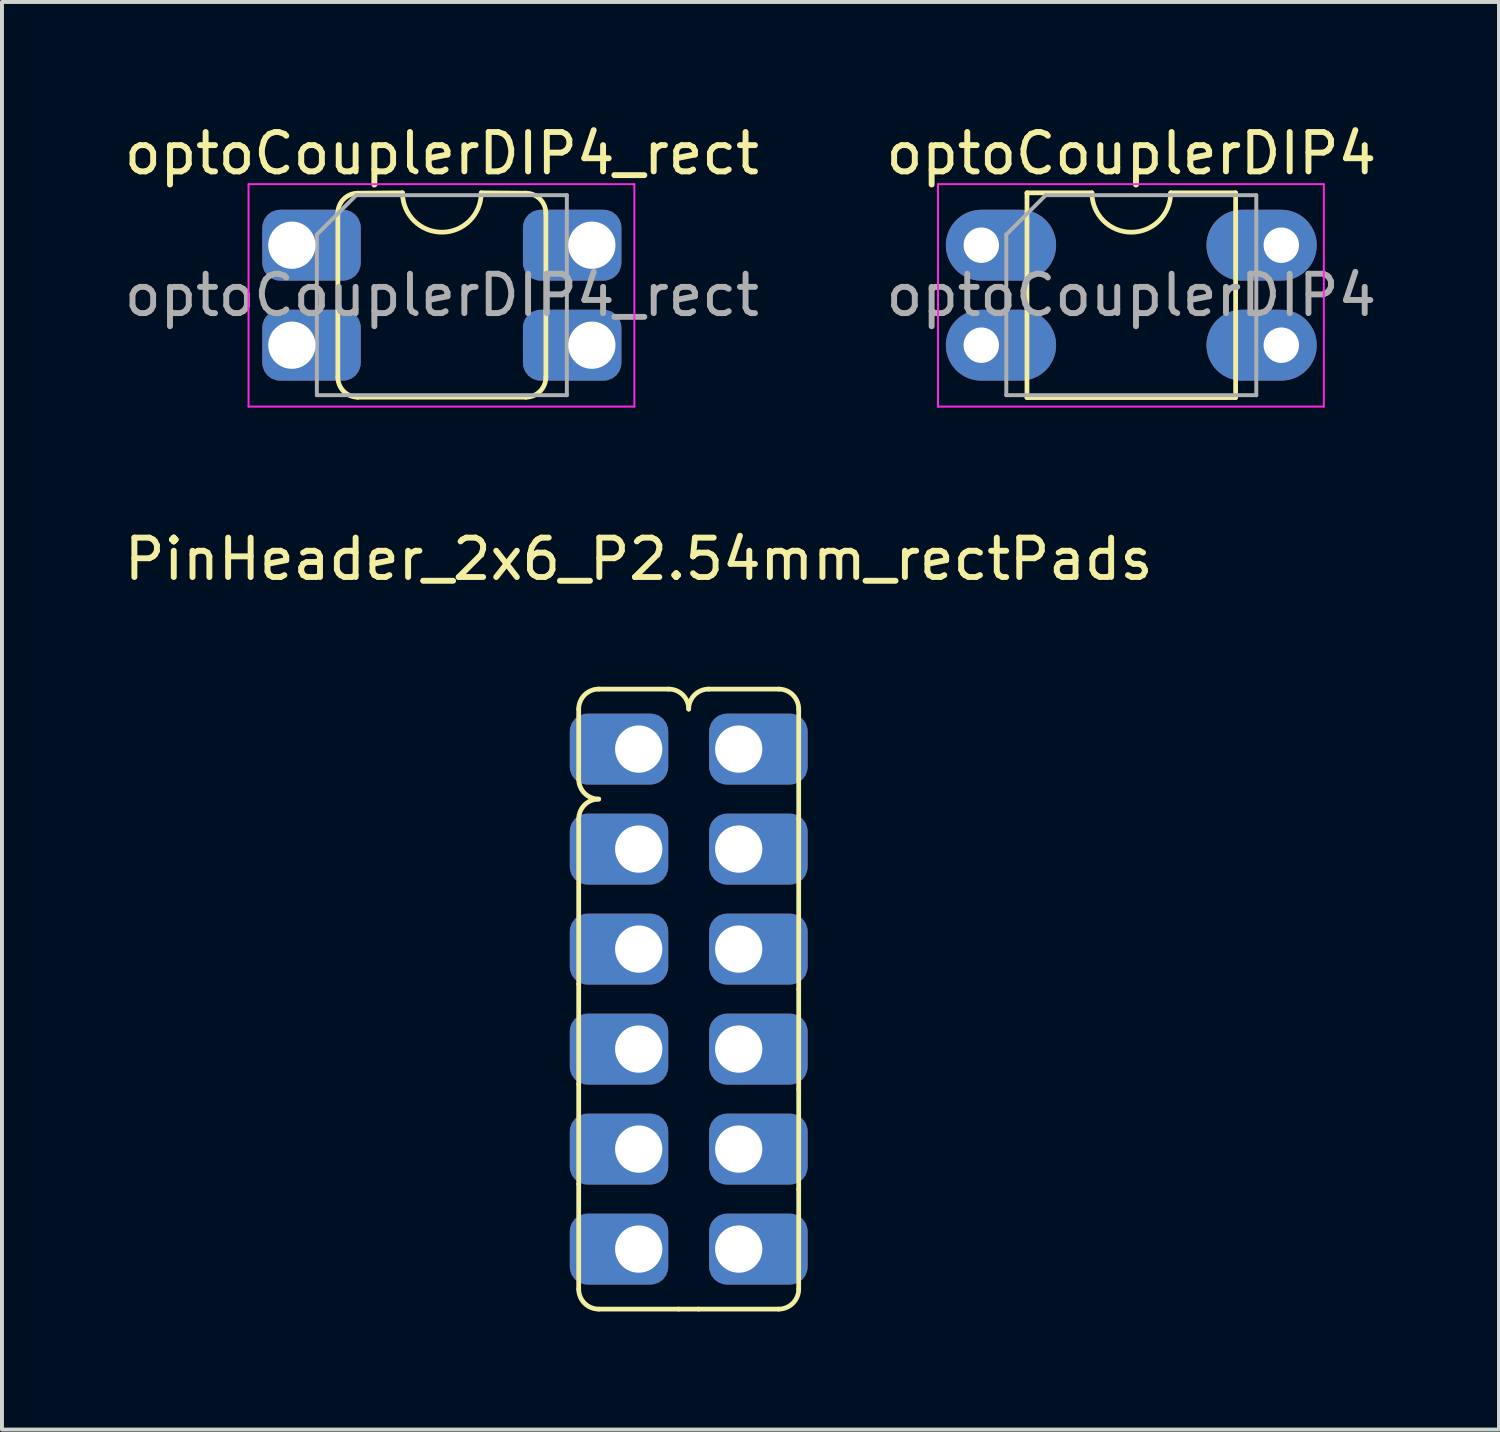
<source format=kicad_pcb>
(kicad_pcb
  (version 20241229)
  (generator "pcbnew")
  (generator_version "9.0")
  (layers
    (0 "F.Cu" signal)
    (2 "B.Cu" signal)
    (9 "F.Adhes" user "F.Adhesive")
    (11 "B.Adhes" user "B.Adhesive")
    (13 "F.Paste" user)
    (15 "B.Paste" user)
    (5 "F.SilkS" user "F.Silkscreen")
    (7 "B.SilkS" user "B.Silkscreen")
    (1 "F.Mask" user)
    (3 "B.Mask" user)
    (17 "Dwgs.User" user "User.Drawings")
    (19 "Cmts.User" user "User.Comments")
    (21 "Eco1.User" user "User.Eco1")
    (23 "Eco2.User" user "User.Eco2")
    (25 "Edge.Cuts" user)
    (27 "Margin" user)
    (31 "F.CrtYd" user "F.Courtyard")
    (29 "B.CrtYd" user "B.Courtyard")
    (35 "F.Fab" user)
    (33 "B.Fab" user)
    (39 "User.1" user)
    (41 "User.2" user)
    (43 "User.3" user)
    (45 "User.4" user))
  (footprint "optoCouplerDIP4_rect"
    (layer "F.Cu")
    (at 4.363 3.178)
    (property "Reference" "optoCouplerDIP4_rect" (at 3.81 -2.33 0) (layer "F.SilkS") (effects (font (size 1 1) (thickness 0.15))))
    (attr through_hole)
    (fp_line (start 1.168 3.353) (end 1.168 -0.813) (stroke (width 0.12) (type solid)) (layer "F.SilkS"))
    (fp_line (start 1.676 -1.321) (end 2.81 -1.33) (stroke (width 0.12) (type solid)) (layer "F.SilkS"))
    (fp_line (start 4.81 -1.33) (end 5.944 -1.321) (stroke (width 0.12) (type solid)) (layer "F.SilkS"))
    (fp_line (start 5.944 3.861) (end 1.676 3.861) (stroke (width 0.12) (type solid)) (layer "F.SilkS"))
    (fp_line (start 6.452 -0.813) (end 6.452 3.353) (stroke (width 0.12) (type solid)) (layer "F.SilkS"))
    (fp_arc (start 1.1684 -0.8128) (mid 1.31719 -1.17201) (end 1.6764 -1.3208) (stroke (width 0.12) (type solid)) (layer "F.SilkS"))
    (fp_arc (start 1.6764 3.8608) (mid 1.31719 3.71201) (end 1.1684 3.3528) (stroke (width 0.12) (type solid)) (layer "F.SilkS"))
    (fp_arc (start 4.81 -1.33) (mid 3.81 -0.33) (end 2.81 -1.33) (stroke (width 0.12) (type solid)) (layer "F.SilkS"))
    (fp_arc (start 5.9436 -1.3208) (mid 6.30281 -1.17201) (end 6.4516 -0.8128) (stroke (width 0.12) (type solid)) (layer "F.SilkS"))
    (fp_arc (start 6.4516 3.3528) (mid 6.30281 3.71201) (end 5.9436 3.8608) (stroke (width 0.12) (type solid)) (layer "F.SilkS"))
    (fp_line (start -1.1 -1.55) (end -1.1 4.1) (stroke (width 0.05) (type solid)) (layer "F.CrtYd"))
    (fp_line (start -1.1 4.1) (end 8.7 4.1) (stroke (width 0.05) (type solid)) (layer "F.CrtYd"))
    (fp_line (start 8.7 -1.55) (end -1.1 -1.55) (stroke (width 0.05) (type solid)) (layer "F.CrtYd"))
    (fp_line (start 8.7 4.1) (end 8.7 -1.55) (stroke (width 0.05) (type solid)) (layer "F.CrtYd"))
    (fp_line (start 0.635 -0.27) (end 1.635 -1.27) (stroke (width 0.1) (type solid)) (layer "F.Fab"))
    (fp_line (start 0.635 3.81) (end 0.635 -0.27) (stroke (width 0.1) (type solid)) (layer "F.Fab"))
    (fp_line (start 1.635 -1.27) (end 6.985 -1.27) (stroke (width 0.1) (type solid)) (layer "F.Fab"))
    (fp_line (start 6.985 -1.27) (end 6.985 3.81) (stroke (width 0.1) (type solid)) (layer "F.Fab"))
    (fp_line (start 6.985 3.81) (end 0.635 3.81) (stroke (width 0.1) (type solid)) (layer "F.Fab"))
    (fp_text user "${REFERENCE}" (at 3.81 1.27 0) (layer "F.Fab") (effects (font (size 1 1) (thickness 0.15))))
    (pad "1" thru_hole roundrect (at 0 0) (size 2.5 1.8) (drill 1.2 (offset 0.5 0)) (layers "*.Cu" "*.Mask") (roundrect_rratio 0.25))
    (pad "2" thru_hole roundrect (at 0 2.54) (size 2.5 1.8) (drill 1.2 (offset 0.5 0)) (layers "*.Cu" "*.Mask") (roundrect_rratio 0.25))
    (pad "3" thru_hole roundrect (at 7.62 2.54) (size 2.5 1.8) (drill 1.2 (offset -0.5 0)) (layers "*.Cu" "*.Mask") (roundrect_rratio 0.25))
    (pad "4" thru_hole roundrect (at 7.62 0) (size 2.5 1.8) (drill 1.2 (offset -0.5 0)) (layers "*.Cu" "*.Mask") (roundrect_rratio 0.25)))
  (footprint "PinHeader_2x6_P2.54mm_rectPads"
    (layer "F.Cu")
    (at 13.173 15.977)
    (property "Reference" "PinHeader_2x6_P2.54mm_rectPads" (at 0 -4.826 0) (layer "F.SilkS") (effects (font (size 1 1) (thickness 0.15))))
    (attr through_hole)
    (fp_line (start -1.524 0.635) (end -1.524 -1.016) (stroke (width 0.12) (type solid)) (layer "F.SilkS"))
    (fp_line (start -1.524 0.762) (end -1.524 0.635) (stroke (width 0.12) (type solid)) (layer "F.SilkS"))
    (fp_line (start -1.524 5.969) (end -1.524 1.778) (stroke (width 0.12) (type solid)) (layer "F.SilkS"))
    (fp_line (start -1.524 8.509) (end -1.524 5.969) (stroke (width 0.12) (type solid)) (layer "F.SilkS"))
    (fp_line (start -1.524 11.049) (end -1.524 8.509) (stroke (width 0.12) (type solid)) (layer "F.SilkS"))
    (fp_line (start -1.524 11.049) (end -1.524 13.716) (stroke (width 0.12) (type solid)) (layer "F.SilkS"))
    (fp_line (start -1.016 -1.524) (end 0.762 -1.524) (stroke (width 0.12) (type solid)) (layer "F.SilkS"))
    (fp_line (start -1.016 14.224) (end 1.016 14.224) (stroke (width 0.12) (type solid)) (layer "F.SilkS"))
    (fp_line (start 1.524 14.224) (end 1.016 14.224) (stroke (width 0.12) (type solid)) (layer "F.SilkS"))
    (fp_line (start 1.524 14.224) (end 3.556 14.224) (stroke (width 0.12) (type solid)) (layer "F.SilkS"))
    (fp_line (start 1.778 -1.524) (end 3.556 -1.524) (stroke (width 0.12) (type solid)) (layer "F.SilkS"))
    (fp_line (start 4.064 -1.016) (end 4.064 0.762) (stroke (width 0.12) (type solid)) (layer "F.SilkS"))
    (fp_line (start 4.064 0.762) (end 4.064 1.778) (stroke (width 0.12) (type solid)) (layer "F.SilkS"))
    (fp_line (start 4.064 6.096) (end 4.064 1.778) (stroke (width 0.12) (type solid)) (layer "F.SilkS"))
    (fp_line (start 4.064 8.636) (end 4.064 6.096) (stroke (width 0.12) (type solid)) (layer "F.SilkS"))
    (fp_line (start 4.064 11.176) (end 4.064 8.636) (stroke (width 0.12) (type solid)) (layer "F.SilkS"))
    (fp_line (start 4.064 13.716) (end 4.064 11.176) (stroke (width 0.12) (type solid)) (layer "F.SilkS"))
    (fp_arc (start -1.524 -1.016) (mid -1.37521 -1.37521) (end -1.016 -1.524) (stroke (width 0.12) (type solid)) (layer "F.SilkS"))
    (fp_arc (start -1.524 1.778) (mid -1.37521 1.41879) (end -1.016 1.27) (stroke (width 0.12) (type solid)) (layer "F.SilkS"))
    (fp_arc (start -1.016 1.27) (mid -1.37521 1.12121) (end -1.524 0.762) (stroke (width 0.12) (type solid)) (layer "F.SilkS"))
    (fp_arc (start -1.016 14.224) (mid -1.37521 14.07521) (end -1.524 13.716) (stroke (width 0.12) (type solid)) (layer "F.SilkS"))
    (fp_arc (start 0.762 -1.524) (mid 1.12121 -1.37521) (end 1.27 -1.016) (stroke (width 0.12) (type solid)) (layer "F.SilkS"))
    (fp_arc (start 1.27 -1.016) (mid 1.41879 -1.37521) (end 1.778 -1.524) (stroke (width 0.12) (type solid)) (layer "F.SilkS"))
    (fp_arc (start 3.556 -1.524) (mid 3.91521 -1.37521) (end 4.064 -1.016) (stroke (width 0.12) (type solid)) (layer "F.SilkS"))
    (fp_arc (start 4.064 13.716) (mid 3.91521 14.07521) (end 3.556 14.224) (stroke (width 0.12) (type solid)) (layer "F.SilkS"))
    (pad "1" thru_hole roundrect (at 0 0) (size 2.5 1.8) (drill 1.2 (offset -0.5 0)) (layers "*.Cu" "*.Mask") (roundrect_rratio 0.25))
    (pad "2" thru_hole roundrect (at 0 2.54) (size 2.5 1.8) (drill 1.2 (offset -0.5 0)) (layers "*.Cu" "*.Mask") (roundrect_rratio 0.25))
    (pad "3" thru_hole roundrect (at 0 5.08) (size 2.5 1.8) (drill 1.2 (offset -0.5 0)) (layers "*.Cu" "*.Mask") (roundrect_rratio 0.25))
    (pad "4" thru_hole roundrect (at 0 7.62) (size 2.5 1.8) (drill 1.2 (offset -0.5 0)) (layers "*.Cu" "*.Mask") (roundrect_rratio 0.25))
    (pad "5" thru_hole roundrect (at 0 10.16) (size 2.5 1.8) (drill 1.2 (offset -0.5 0)) (layers "*.Cu" "*.Mask") (roundrect_rratio 0.25))
    (pad "6" thru_hole roundrect (at 0 12.7) (size 2.5 1.8) (drill 1.2 (offset -0.5 0)) (layers "*.Cu" "*.Mask") (roundrect_rratio 0.25))
    (pad "7" thru_hole roundrect (at 2.54 12.7 180) (size 2.5 1.8) (drill 1.2 (offset -0.5 0)) (layers "*.Cu" "*.Mask") (roundrect_rratio 0.25))
    (pad "8" thru_hole roundrect (at 2.54 10.16 180) (size 2.5 1.8) (drill 1.2 (offset -0.5 0)) (layers "*.Cu" "*.Mask") (roundrect_rratio 0.25))
    (pad "9" thru_hole roundrect (at 2.54 7.62 180) (size 2.5 1.8) (drill 1.2 (offset -0.5 0)) (layers "*.Cu" "*.Mask") (roundrect_rratio 0.25))
    (pad "10" thru_hole roundrect (at 2.54 5.08 180) (size 2.5 1.8) (drill 1.2 (offset -0.5 0)) (layers "*.Cu" "*.Mask") (roundrect_rratio 0.25))
    (pad "11" thru_hole roundrect (at 2.54 2.54 180) (size 2.5 1.8) (drill 1.2 (offset -0.5 0)) (layers "*.Cu" "*.Mask") (roundrect_rratio 0.25))
    (pad "12" thru_hole roundrect (at 2.54 0 180) (size 2.5 1.8) (drill 1.2 (offset -0.5 0)) (layers "*.Cu" "*.Mask") (roundrect_rratio 0.25)))
  (footprint "optoCouplerDIP4"
    (layer "F.Cu")
    (at 21.875 3.178)
    (property "Reference" "optoCouplerDIP4" (at 3.81 -2.33 0) (layer "F.SilkS") (effects (font (size 1 1) (thickness 0.15))))
    (attr through_hole)
    (fp_line (start 1.16 -1.33) (end 1.16 3.87) (stroke (width 0.12) (type solid)) (layer "F.SilkS"))
    (fp_line (start 1.16 3.87) (end 6.46 3.87) (stroke (width 0.12) (type solid)) (layer "F.SilkS"))
    (fp_line (start 2.81 -1.33) (end 1.16 -1.33) (stroke (width 0.12) (type solid)) (layer "F.SilkS"))
    (fp_line (start 6.46 -1.33) (end 4.81 -1.33) (stroke (width 0.12) (type solid)) (layer "F.SilkS"))
    (fp_line (start 6.46 3.87) (end 6.46 -1.33) (stroke (width 0.12) (type solid)) (layer "F.SilkS"))
    (fp_arc (start 4.81 -1.33) (mid 3.81 -0.33) (end 2.81 -1.33) (stroke (width 0.12) (type solid)) (layer "F.SilkS"))
    (fp_line (start -1.1 -1.55) (end -1.1 4.1) (stroke (width 0.05) (type solid)) (layer "F.CrtYd"))
    (fp_line (start -1.1 4.1) (end 8.7 4.1) (stroke (width 0.05) (type solid)) (layer "F.CrtYd"))
    (fp_line (start 8.7 -1.55) (end -1.1 -1.55) (stroke (width 0.05) (type solid)) (layer "F.CrtYd"))
    (fp_line (start 8.7 4.1) (end 8.7 -1.55) (stroke (width 0.05) (type solid)) (layer "F.CrtYd"))
    (fp_line (start 0.635 -0.27) (end 1.635 -1.27) (stroke (width 0.1) (type solid)) (layer "F.Fab"))
    (fp_line (start 0.635 3.81) (end 0.635 -0.27) (stroke (width 0.1) (type solid)) (layer "F.Fab"))
    (fp_line (start 1.635 -1.27) (end 6.985 -1.27) (stroke (width 0.1) (type solid)) (layer "F.Fab"))
    (fp_line (start 6.985 -1.27) (end 6.985 3.81) (stroke (width 0.1) (type solid)) (layer "F.Fab"))
    (fp_line (start 6.985 3.81) (end 0.635 3.81) (stroke (width 0.1) (type solid)) (layer "F.Fab"))
    (fp_text user "${REFERENCE}" (at 3.81 1.27 0) (layer "F.Fab") (effects (font (size 1 1) (thickness 0.15))))
    (pad "1" thru_hole oval (at 0 0) (size 2.8 1.8) (drill 0.9 (offset 0.5 0)) (layers "*.Cu" "*.Mask"))
    (pad "2" thru_hole oval (at 0 2.54) (size 2.8 1.8) (drill 0.9 (offset 0.5 0)) (layers "*.Cu" "*.Mask"))
    (pad "3" thru_hole oval (at 7.62 2.54) (size 2.8 1.8) (drill 0.9 (offset -0.5 0)) (layers "*.Cu" "*.Mask"))
    (pad "4" thru_hole oval (at 7.62 0) (size 2.8 1.8) (drill 0.9 (offset -0.5 0)) (layers "*.Cu" "*.Mask")))
  (gr_rect
    (start -3 -3)
    (end 35.024 33.261)
    (stroke (width 0.1) (type default))
    (fill no)
    (layer "Edge.Cuts")))
</source>
